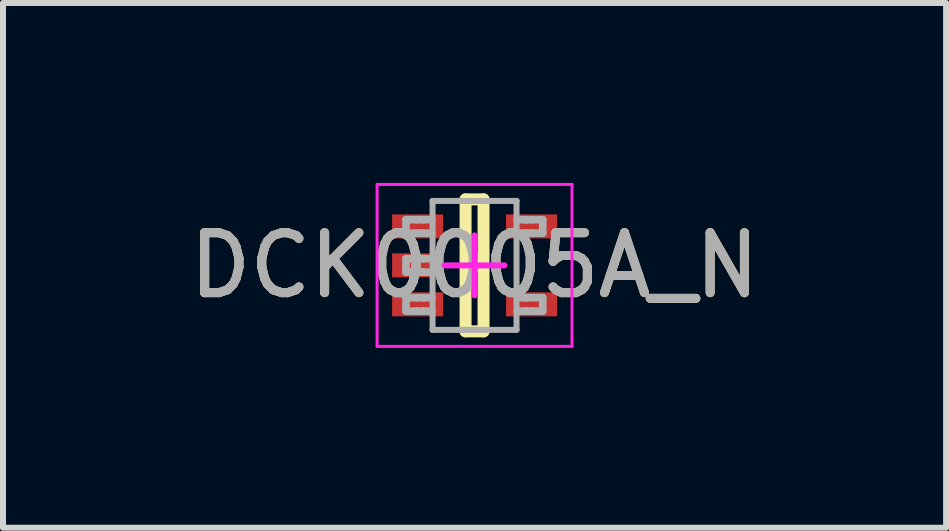
<source format=kicad_pcb>
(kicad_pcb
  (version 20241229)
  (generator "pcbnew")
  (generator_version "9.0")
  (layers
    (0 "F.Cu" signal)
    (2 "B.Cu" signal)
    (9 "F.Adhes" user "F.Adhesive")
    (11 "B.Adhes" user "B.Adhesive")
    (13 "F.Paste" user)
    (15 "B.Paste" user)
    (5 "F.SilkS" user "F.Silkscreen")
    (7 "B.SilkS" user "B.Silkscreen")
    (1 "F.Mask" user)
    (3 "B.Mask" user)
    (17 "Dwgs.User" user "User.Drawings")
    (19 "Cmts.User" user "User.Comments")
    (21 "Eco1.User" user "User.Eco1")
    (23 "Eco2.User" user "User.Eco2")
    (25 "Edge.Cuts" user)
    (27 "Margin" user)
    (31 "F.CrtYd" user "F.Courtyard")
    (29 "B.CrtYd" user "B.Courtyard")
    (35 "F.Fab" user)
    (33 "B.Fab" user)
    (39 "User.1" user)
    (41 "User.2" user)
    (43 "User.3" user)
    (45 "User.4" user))
  (footprint "DCK0005A_N"
    (layer "F.Cu")
    (at 4.863 1.375)
    (property "Reference" "DCK0005A_N" (at 0 0 0) (unlocked yes) (layer "F.SilkS") (effects (font (size 1 1) (thickness 0.15))))
    (attr smd)
    (fp_line (start -0.15 -1.1) (end 0.15 -1.1) (stroke (width 0.2) (type solid)) (layer "F.SilkS"))
    (fp_line (start -0.15 1.1) (end -0.15 -1.1) (stroke (width 0.2) (type solid)) (layer "F.SilkS"))
    (fp_line (start -0.15 1.1) (end 0.15 1.1) (stroke (width 0.2) (type solid)) (layer "F.SilkS"))
    (fp_line (start 0.15 1.1) (end 0.15 -1.1) (stroke (width 0.2) (type solid)) (layer "F.SilkS"))
    (fp_line (start -1.625 -1.35) (end 1.625 -1.35) (stroke (width 0.05) (type solid)) (layer "F.CrtYd"))
    (fp_line (start -1.625 1.35) (end -1.625 -1.35) (stroke (width 0.05) (type solid)) (layer "F.CrtYd"))
    (fp_line (start -1.625 1.35) (end 1.625 1.35) (stroke (width 0.05) (type solid)) (layer "F.CrtYd"))
    (fp_line (start -0.5 0) (end 0.5 0) (stroke (width 0.1) (type solid)) (layer "F.CrtYd"))
    (fp_line (start 0.000003 0.5) (end 0.000003 -0.5) (stroke (width 0.1) (type solid)) (layer "F.CrtYd"))
    (fp_line (start 1.625 1.35) (end 1.625 -1.35) (stroke (width 0.05) (type solid)) (layer "F.CrtYd"))
    (fp_line (start -1.143 -0.762) (end -0.959 -0.762) (stroke (width 0.127) (type solid)) (layer "F.Fab"))
    (fp_line (start -1.143 -0.537) (end -1.143 -0.762) (stroke (width 0.127) (type solid)) (layer "F.Fab"))
    (fp_line (start -1.143 -0.537) (end -0.959 -0.537) (stroke (width 0.127) (type solid)) (layer "F.Fab"))
    (fp_line (start -1.143 -0.112) (end -0.959 -0.112) (stroke (width 0.127) (type solid)) (layer "F.Fab"))
    (fp_line (start -1.143 0.113) (end -1.143 -0.112) (stroke (width 0.127) (type solid)) (layer "F.Fab"))
    (fp_line (start -1.143 0.113) (end -0.959 0.113) (stroke (width 0.127) (type solid)) (layer "F.Fab"))
    (fp_line (start -1.143 0.538) (end -0.959 0.538) (stroke (width 0.127) (type solid)) (layer "F.Fab"))
    (fp_line (start -1.143 0.763) (end -1.143 0.538) (stroke (width 0.127) (type solid)) (layer "F.Fab"))
    (fp_line (start -1.143 0.763) (end -0.959 0.763) (stroke (width 0.127) (type solid)) (layer "F.Fab"))
    (fp_line (start -0.959 -0.762) (end -0.711 -0.762) (stroke (width 0.127) (type solid)) (layer "F.Fab"))
    (fp_line (start -0.959 -0.537) (end -0.865 -0.537) (stroke (width 0.127) (type solid)) (layer "F.Fab"))
    (fp_line (start -0.959 -0.112) (end -0.865 -0.112) (stroke (width 0.127) (type solid)) (layer "F.Fab"))
    (fp_line (start -0.959 0.113) (end -0.865 0.113) (stroke (width 0.127) (type solid)) (layer "F.Fab"))
    (fp_line (start -0.959 0.538) (end -0.865 0.538) (stroke (width 0.127) (type solid)) (layer "F.Fab"))
    (fp_line (start -0.959 0.763) (end -0.865 0.763) (stroke (width 0.127) (type solid)) (layer "F.Fab"))
    (fp_line (start -0.865 -0.762) (end -0.853 -0.762) (stroke (width 0.127) (type solid)) (layer "F.Fab"))
    (fp_line (start -0.865 -0.537) (end -0.853 -0.537) (stroke (width 0.127) (type solid)) (layer "F.Fab"))
    (fp_line (start -0.865 -0.112) (end -0.853 -0.112) (stroke (width 0.127) (type solid)) (layer "F.Fab"))
    (fp_line (start -0.865 0.113) (end -0.853 0.113) (stroke (width 0.127) (type solid)) (layer "F.Fab"))
    (fp_line (start -0.865 0.538) (end -0.853 0.538) (stroke (width 0.127) (type solid)) (layer "F.Fab"))
    (fp_line (start -0.865 0.763) (end -0.853 0.763) (stroke (width 0.127) (type solid)) (layer "F.Fab"))
    (fp_line (start -0.853 -0.537) (end -0.711 -0.537) (stroke (width 0.127) (type solid)) (layer "F.Fab"))
    (fp_line (start -0.853 -0.112) (end -0.711 -0.112) (stroke (width 0.127) (type solid)) (layer "F.Fab"))
    (fp_line (start -0.853 0.113) (end -0.711 0.113) (stroke (width 0.127) (type solid)) (layer "F.Fab"))
    (fp_line (start -0.853 0.538) (end -0.711 0.538) (stroke (width 0.127) (type solid)) (layer "F.Fab"))
    (fp_line (start -0.853 0.763) (end -0.711 0.763) (stroke (width 0.127) (type solid)) (layer "F.Fab"))
    (fp_line (start -0.7 -1.075) (end 0.7 -1.075) (stroke (width 0.1) (type solid)) (layer "F.Fab"))
    (fp_line (start -0.7 1.075) (end -0.7 -1.075) (stroke (width 0.1) (type solid)) (layer "F.Fab"))
    (fp_line (start -0.7 1.075) (end 0.7 1.075) (stroke (width 0.1) (type solid)) (layer "F.Fab"))
    (fp_line (start 0.7 1.075) (end 0.7 -1.075) (stroke (width 0.1) (type solid)) (layer "F.Fab"))
    (fp_line (start 0.711 -0.762) (end 0.847 -0.762) (stroke (width 0.127) (type solid)) (layer "F.Fab"))
    (fp_line (start 0.711 -0.537) (end 0.847 -0.537) (stroke (width 0.127) (type solid)) (layer "F.Fab"))
    (fp_line (start 0.711 0.538) (end 0.847 0.538) (stroke (width 0.127) (type solid)) (layer "F.Fab"))
    (fp_line (start 0.711 0.763) (end 0.847 0.763) (stroke (width 0.127) (type solid)) (layer "F.Fab"))
    (fp_line (start 0.847 -0.762) (end 0.859 -0.762) (stroke (width 0.127) (type solid)) (layer "F.Fab"))
    (fp_line (start 0.847 -0.537) (end 0.859 -0.537) (stroke (width 0.127) (type solid)) (layer "F.Fab"))
    (fp_line (start 0.847 0.538) (end 0.859 0.538) (stroke (width 0.127) (type solid)) (layer "F.Fab"))
    (fp_line (start 0.847 0.763) (end 0.859 0.763) (stroke (width 0.127) (type solid)) (layer "F.Fab"))
    (fp_line (start 0.859 -0.762) (end 0.953 -0.762) (stroke (width 0.127) (type solid)) (layer "F.Fab"))
    (fp_line (start 0.859 -0.537) (end 0.953 -0.537) (stroke (width 0.127) (type solid)) (layer "F.Fab"))
    (fp_line (start 0.859 0.538) (end 0.953 0.538) (stroke (width 0.127) (type solid)) (layer "F.Fab"))
    (fp_line (start 0.859 0.763) (end 0.953 0.763) (stroke (width 0.127) (type solid)) (layer "F.Fab"))
    (fp_line (start 0.953 -0.762) (end 1.137 -0.762) (stroke (width 0.127) (type solid)) (layer "F.Fab"))
    (fp_line (start 0.953 -0.537) (end 1.137 -0.537) (stroke (width 0.127) (type solid)) (layer "F.Fab"))
    (fp_line (start 0.953 0.538) (end 1.137 0.538) (stroke (width 0.127) (type solid)) (layer "F.Fab"))
    (fp_line (start 0.953 0.763) (end 1.137 0.763) (stroke (width 0.127) (type solid)) (layer "F.Fab"))
    (fp_line (start 1.137 -0.537) (end 1.137 -0.762) (stroke (width 0.127) (type solid)) (layer "F.Fab"))
    (fp_line (start 1.137 0.763) (end 1.137 0.538) (stroke (width 0.127) (type solid)) (layer "F.Fab"))
    (fp_text user "${REFERENCE}" (at 0 0 0) (unlocked yes) (layer "F.Fab") (effects (font (size 1 1) (thickness 0.15))))
    (pad "1" smd rect (at -0.95 -0.65 90) (size 0.4 0.85) (layers "F.Cu" "F.Mask" "F.Paste"))
    (pad "2" smd rect (at -0.95 0 90) (size 0.4 0.85) (layers "F.Cu" "F.Mask" "F.Paste"))
    (pad "3" smd rect (at -0.95 0.65 90) (size 0.4 0.85) (layers "F.Cu" "F.Mask" "F.Paste"))
    (pad "4" smd rect (at 0.95 0.65 90) (size 0.4 0.85) (layers "F.Cu" "F.Mask" "F.Paste"))
    (pad "5" smd rect (at 0.95 -0.65 90) (size 0.4 0.85) (layers "F.Cu" "F.Mask" "F.Paste")))
  (gr_rect
    (start -3 -3)
    (end 12.726 5.75)
    (stroke (width 0.1) (type default))
    (fill no)
    (layer "Edge.Cuts")))
</source>
